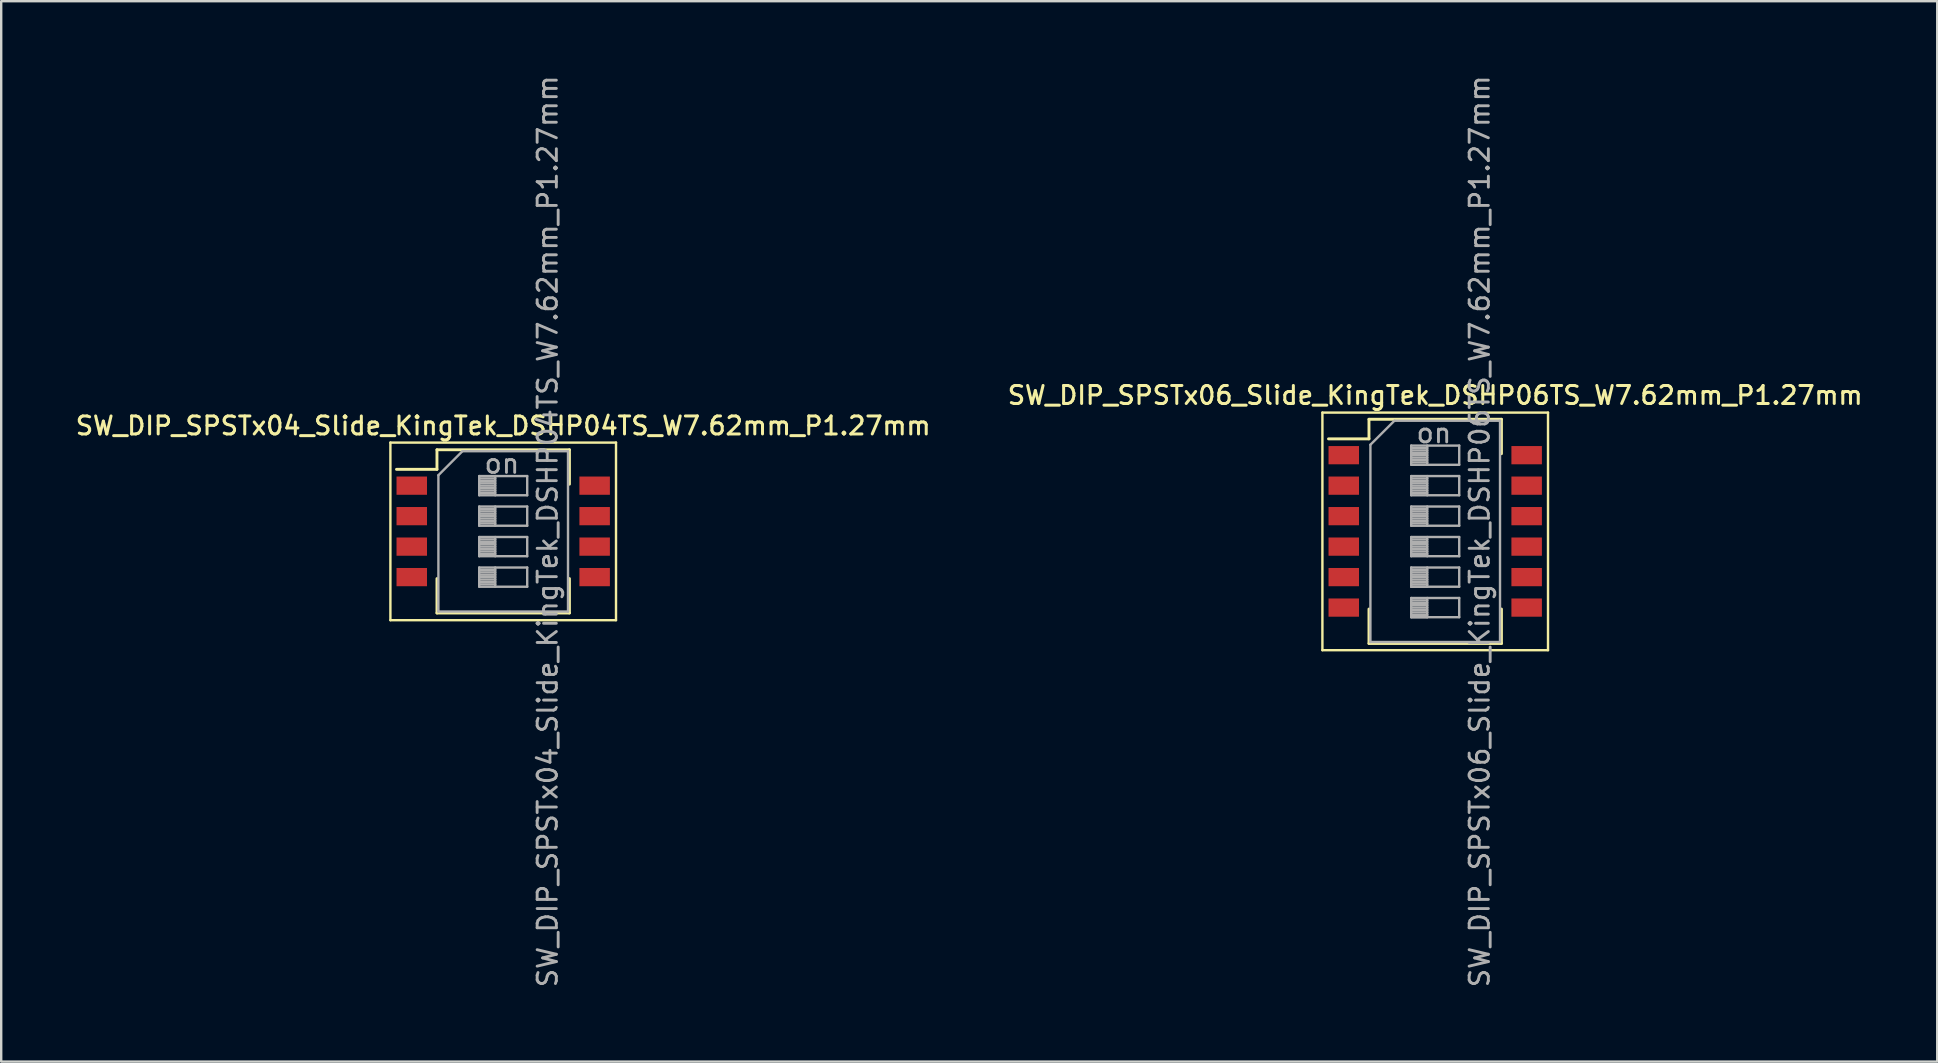
<source format=kicad_pcb>
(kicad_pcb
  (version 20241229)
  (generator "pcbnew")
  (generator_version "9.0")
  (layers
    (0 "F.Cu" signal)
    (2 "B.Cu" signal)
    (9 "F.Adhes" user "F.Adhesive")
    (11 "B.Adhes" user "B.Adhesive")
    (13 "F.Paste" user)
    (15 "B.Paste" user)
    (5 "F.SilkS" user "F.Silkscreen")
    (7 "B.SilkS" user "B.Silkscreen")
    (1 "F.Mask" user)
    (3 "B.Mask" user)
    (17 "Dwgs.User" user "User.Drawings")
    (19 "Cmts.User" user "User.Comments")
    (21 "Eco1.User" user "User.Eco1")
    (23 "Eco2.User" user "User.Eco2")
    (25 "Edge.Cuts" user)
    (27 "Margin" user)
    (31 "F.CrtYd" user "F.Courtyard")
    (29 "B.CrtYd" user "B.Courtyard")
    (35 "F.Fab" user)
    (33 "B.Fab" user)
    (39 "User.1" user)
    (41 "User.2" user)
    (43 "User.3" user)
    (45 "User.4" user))
  (footprint "SW_DIP_SPSTx04_Slide_KingTek_DSHP04TS_W7.62mm_P1.27mm"
    (layer "F.Cu")
    (at 17.916 19.09)
    (property "Reference" "SW_DIP_SPSTx04_Slide_KingTek_DSHP04TS_W7.62mm_P1.27mm" (at 0 -4.4 0) (layer "F.SilkS") (effects (font (size 0.75 0.75) (thickness 0.125))))
    (attr smd)
    (fp_line (start -4.7 -3.7) (end -4.7 3.7) (stroke (width 0.1) (type solid)) (layer "F.SilkS"))
    (fp_line (start -4.7 3.7) (end 4.7 3.7) (stroke (width 0.1) (type solid)) (layer "F.SilkS"))
    (fp_line (start -4.446 -2.585) (end -2.76 -2.585) (stroke (width 0.12) (type solid)) (layer "F.SilkS"))
    (fp_line (start -2.76 -3.401) (end -2.76 -2.585) (stroke (width 0.12) (type solid)) (layer "F.SilkS"))
    (fp_line (start -2.76 -3.401) (end 2.76 -3.401) (stroke (width 0.12) (type solid)) (layer "F.SilkS"))
    (fp_line (start -2.76 1.966) (end -2.76 3.401) (stroke (width 0.12) (type solid)) (layer "F.SilkS"))
    (fp_line (start -2.76 3.401) (end 2.76 3.401) (stroke (width 0.12) (type solid)) (layer "F.SilkS"))
    (fp_line (start 2.76 -3.401) (end 2.76 -1.966) (stroke (width 0.12) (type solid)) (layer "F.SilkS"))
    (fp_line (start 2.76 1.966) (end 2.76 3.401) (stroke (width 0.12) (type solid)) (layer "F.SilkS"))
    (fp_line (start 4.7 -3.7) (end -4.7 -3.7) (stroke (width 0.1) (type solid)) (layer "F.SilkS"))
    (fp_line (start 4.7 3.7) (end 4.7 -3.7) (stroke (width 0.1) (type solid)) (layer "F.SilkS"))
    (fp_line (start -2.7 -2.34) (end -1.7 -3.34) (stroke (width 0.1) (type solid)) (layer "F.Fab"))
    (fp_line (start -2.7 3.34) (end -2.7 -2.34) (stroke (width 0.1) (type solid)) (layer "F.Fab"))
    (fp_line (start -1.7 -3.34) (end 2.7 -3.34) (stroke (width 0.1) (type solid)) (layer "F.Fab"))
    (fp_line (start -1 -2.305) (end -1 -1.505) (stroke (width 0.1) (type solid)) (layer "F.Fab"))
    (fp_line (start -1 -2.205) (end -0.333 -2.205) (stroke (width 0.1) (type solid)) (layer "F.Fab"))
    (fp_line (start -1 -2.105) (end -0.333 -2.105) (stroke (width 0.1) (type solid)) (layer "F.Fab"))
    (fp_line (start -1 -2.005) (end -0.333 -2.005) (stroke (width 0.1) (type solid)) (layer "F.Fab"))
    (fp_line (start -1 -1.905) (end -0.333 -1.905) (stroke (width 0.1) (type solid)) (layer "F.Fab"))
    (fp_line (start -1 -1.805) (end -0.333 -1.805) (stroke (width 0.1) (type solid)) (layer "F.Fab"))
    (fp_line (start -1 -1.705) (end -0.333 -1.705) (stroke (width 0.1) (type solid)) (layer "F.Fab"))
    (fp_line (start -1 -1.605) (end -0.333 -1.605) (stroke (width 0.1) (type solid)) (layer "F.Fab"))
    (fp_line (start -1 -1.505) (end 1 -1.505) (stroke (width 0.1) (type solid)) (layer "F.Fab"))
    (fp_line (start -1 -1.035) (end -1 -0.235) (stroke (width 0.1) (type solid)) (layer "F.Fab"))
    (fp_line (start -1 -0.935) (end -0.333 -0.935) (stroke (width 0.1) (type solid)) (layer "F.Fab"))
    (fp_line (start -1 -0.835) (end -0.333 -0.835) (stroke (width 0.1) (type solid)) (layer "F.Fab"))
    (fp_line (start -1 -0.735) (end -0.333 -0.735) (stroke (width 0.1) (type solid)) (layer "F.Fab"))
    (fp_line (start -1 -0.635) (end -0.333 -0.635) (stroke (width 0.1) (type solid)) (layer "F.Fab"))
    (fp_line (start -1 -0.535) (end -0.333 -0.535) (stroke (width 0.1) (type solid)) (layer "F.Fab"))
    (fp_line (start -1 -0.435) (end -0.333 -0.435) (stroke (width 0.1) (type solid)) (layer "F.Fab"))
    (fp_line (start -1 -0.335) (end -0.333 -0.335) (stroke (width 0.1) (type solid)) (layer "F.Fab"))
    (fp_line (start -1 -0.235) (end 1 -0.235) (stroke (width 0.1) (type solid)) (layer "F.Fab"))
    (fp_line (start -1 0.235) (end -1 1.035) (stroke (width 0.1) (type solid)) (layer "F.Fab"))
    (fp_line (start -1 0.335) (end -0.333 0.335) (stroke (width 0.1) (type solid)) (layer "F.Fab"))
    (fp_line (start -1 0.435) (end -0.333 0.435) (stroke (width 0.1) (type solid)) (layer "F.Fab"))
    (fp_line (start -1 0.535) (end -0.333 0.535) (stroke (width 0.1) (type solid)) (layer "F.Fab"))
    (fp_line (start -1 0.635) (end -0.333 0.635) (stroke (width 0.1) (type solid)) (layer "F.Fab"))
    (fp_line (start -1 0.735) (end -0.333 0.735) (stroke (width 0.1) (type solid)) (layer "F.Fab"))
    (fp_line (start -1 0.835) (end -0.333 0.835) (stroke (width 0.1) (type solid)) (layer "F.Fab"))
    (fp_line (start -1 0.935) (end -0.333 0.935) (stroke (width 0.1) (type solid)) (layer "F.Fab"))
    (fp_line (start -1 1.035) (end 1 1.035) (stroke (width 0.1) (type solid)) (layer "F.Fab"))
    (fp_line (start -1 1.505) (end -1 2.305) (stroke (width 0.1) (type solid)) (layer "F.Fab"))
    (fp_line (start -1 1.605) (end -0.333 1.605) (stroke (width 0.1) (type solid)) (layer "F.Fab"))
    (fp_line (start -1 1.705) (end -0.333 1.705) (stroke (width 0.1) (type solid)) (layer "F.Fab"))
    (fp_line (start -1 1.805) (end -0.333 1.805) (stroke (width 0.1) (type solid)) (layer "F.Fab"))
    (fp_line (start -1 1.905) (end -0.333 1.905) (stroke (width 0.1) (type solid)) (layer "F.Fab"))
    (fp_line (start -1 2.005) (end -0.333 2.005) (stroke (width 0.1) (type solid)) (layer "F.Fab"))
    (fp_line (start -1 2.105) (end -0.333 2.105) (stroke (width 0.1) (type solid)) (layer "F.Fab"))
    (fp_line (start -1 2.205) (end -0.333 2.205) (stroke (width 0.1) (type solid)) (layer "F.Fab"))
    (fp_line (start -1 2.305) (end 1 2.305) (stroke (width 0.1) (type solid)) (layer "F.Fab"))
    (fp_line (start -0.333 -2.305) (end -0.333 -1.505) (stroke (width 0.1) (type solid)) (layer "F.Fab"))
    (fp_line (start -0.333 -1.035) (end -0.333 -0.235) (stroke (width 0.1) (type solid)) (layer "F.Fab"))
    (fp_line (start -0.333 0.235) (end -0.333 1.035) (stroke (width 0.1) (type solid)) (layer "F.Fab"))
    (fp_line (start -0.333 1.505) (end -0.333 2.305) (stroke (width 0.1) (type solid)) (layer "F.Fab"))
    (fp_line (start 1 -2.305) (end -1 -2.305) (stroke (width 0.1) (type solid)) (layer "F.Fab"))
    (fp_line (start 1 -1.505) (end 1 -2.305) (stroke (width 0.1) (type solid)) (layer "F.Fab"))
    (fp_line (start 1 -1.035) (end -1 -1.035) (stroke (width 0.1) (type solid)) (layer "F.Fab"))
    (fp_line (start 1 -0.235) (end 1 -1.035) (stroke (width 0.1) (type solid)) (layer "F.Fab"))
    (fp_line (start 1 0.235) (end -1 0.235) (stroke (width 0.1) (type solid)) (layer "F.Fab"))
    (fp_line (start 1 1.035) (end 1 0.235) (stroke (width 0.1) (type solid)) (layer "F.Fab"))
    (fp_line (start 1 1.505) (end -1 1.505) (stroke (width 0.1) (type solid)) (layer "F.Fab"))
    (fp_line (start 1 2.305) (end 1 1.505) (stroke (width 0.1) (type solid)) (layer "F.Fab"))
    (fp_line (start 2.7 -3.34) (end 2.7 3.34) (stroke (width 0.1) (type solid)) (layer "F.Fab"))
    (fp_line (start 2.7 3.34) (end -2.7 3.34) (stroke (width 0.1) (type solid)) (layer "F.Fab"))
    (fp_text user "on" (at -0.055 -2.822 0) (layer "F.Fab") (effects (font (size 0.8 0.8) (thickness 0.12))))
    (fp_text user "${REFERENCE}" (at 1.85 0 90) (layer "F.Fab") (effects (font (size 0.8 0.8) (thickness 0.12))))
    (pad "1" smd rect (at -3.81 -1.905) (size 1.27 0.76) (layers "F.Cu" "F.Mask" "F.Paste"))
    (pad "2" smd rect (at -3.81 -0.635) (size 1.27 0.76) (layers "F.Cu" "F.Mask" "F.Paste"))
    (pad "3" smd rect (at -3.81 0.635) (size 1.27 0.76) (layers "F.Cu" "F.Mask" "F.Paste"))
    (pad "4" smd rect (at -3.81 1.905) (size 1.27 0.76) (layers "F.Cu" "F.Mask" "F.Paste"))
    (pad "5" smd rect (at 3.81 1.905) (size 1.27 0.76) (layers "F.Cu" "F.Mask" "F.Paste"))
    (pad "6" smd rect (at 3.81 0.635) (size 1.27 0.76) (layers "F.Cu" "F.Mask" "F.Paste"))
    (pad "7" smd rect (at 3.81 -0.635) (size 1.27 0.76) (layers "F.Cu" "F.Mask" "F.Paste"))
    (pad "8" smd rect (at 3.81 -1.905) (size 1.27 0.76) (layers "F.Cu" "F.Mask" "F.Paste")))
  (footprint "SW_DIP_SPSTx06_Slide_KingTek_DSHP06TS_W7.62mm_P1.27mm"
    (layer "F.Cu")
    (at 56.748 19.09)
    (property "Reference" "SW_DIP_SPSTx06_Slide_KingTek_DSHP06TS_W7.62mm_P1.27mm" (at 0 -5.67 0) (layer "F.SilkS") (effects (font (size 0.75 0.75) (thickness 0.125))))
    (attr smd)
    (fp_line (start -4.7 -4.95) (end -4.7 4.95) (stroke (width 0.1) (type solid)) (layer "F.SilkS"))
    (fp_line (start -4.7 4.95) (end 4.7 4.95) (stroke (width 0.1) (type solid)) (layer "F.SilkS"))
    (fp_line (start -4.446 -3.855) (end -2.76 -3.855) (stroke (width 0.12) (type solid)) (layer "F.SilkS"))
    (fp_line (start -2.76 -4.671) (end -2.76 -3.855) (stroke (width 0.12) (type solid)) (layer "F.SilkS"))
    (fp_line (start -2.76 -4.671) (end 2.76 -4.671) (stroke (width 0.12) (type solid)) (layer "F.SilkS"))
    (fp_line (start -2.76 3.235) (end -2.76 4.67) (stroke (width 0.12) (type solid)) (layer "F.SilkS"))
    (fp_line (start -2.76 4.67) (end 2.76 4.67) (stroke (width 0.12) (type solid)) (layer "F.SilkS"))
    (fp_line (start 2.76 -4.671) (end 2.76 -3.236) (stroke (width 0.12) (type solid)) (layer "F.SilkS"))
    (fp_line (start 2.76 3.235) (end 2.76 4.67) (stroke (width 0.12) (type solid)) (layer "F.SilkS"))
    (fp_line (start 4.7 -4.95) (end -4.7 -4.95) (stroke (width 0.1) (type solid)) (layer "F.SilkS"))
    (fp_line (start 4.7 4.95) (end 4.7 -4.95) (stroke (width 0.1) (type solid)) (layer "F.SilkS"))
    (fp_line (start -2.7 -3.61) (end -1.7 -4.61) (stroke (width 0.1) (type solid)) (layer "F.Fab"))
    (fp_line (start -2.7 4.61) (end -2.7 -3.61) (stroke (width 0.1) (type solid)) (layer "F.Fab"))
    (fp_line (start -1.7 -4.61) (end 2.7 -4.61) (stroke (width 0.1) (type solid)) (layer "F.Fab"))
    (fp_line (start -1 -3.575) (end -1 -2.775) (stroke (width 0.1) (type solid)) (layer "F.Fab"))
    (fp_line (start -1 -3.475) (end -0.333 -3.475) (stroke (width 0.1) (type solid)) (layer "F.Fab"))
    (fp_line (start -1 -3.375) (end -0.333 -3.375) (stroke (width 0.1) (type solid)) (layer "F.Fab"))
    (fp_line (start -1 -3.275) (end -0.333 -3.275) (stroke (width 0.1) (type solid)) (layer "F.Fab"))
    (fp_line (start -1 -3.175) (end -0.333 -3.175) (stroke (width 0.1) (type solid)) (layer "F.Fab"))
    (fp_line (start -1 -3.075) (end -0.333 -3.075) (stroke (width 0.1) (type solid)) (layer "F.Fab"))
    (fp_line (start -1 -2.975) (end -0.333 -2.975) (stroke (width 0.1) (type solid)) (layer "F.Fab"))
    (fp_line (start -1 -2.875) (end -0.333 -2.875) (stroke (width 0.1) (type solid)) (layer "F.Fab"))
    (fp_line (start -1 -2.775) (end 1 -2.775) (stroke (width 0.1) (type solid)) (layer "F.Fab"))
    (fp_line (start -1 -2.305) (end -1 -1.505) (stroke (width 0.1) (type solid)) (layer "F.Fab"))
    (fp_line (start -1 -2.205) (end -0.333 -2.205) (stroke (width 0.1) (type solid)) (layer "F.Fab"))
    (fp_line (start -1 -2.105) (end -0.333 -2.105) (stroke (width 0.1) (type solid)) (layer "F.Fab"))
    (fp_line (start -1 -2.005) (end -0.333 -2.005) (stroke (width 0.1) (type solid)) (layer "F.Fab"))
    (fp_line (start -1 -1.905) (end -0.333 -1.905) (stroke (width 0.1) (type solid)) (layer "F.Fab"))
    (fp_line (start -1 -1.805) (end -0.333 -1.805) (stroke (width 0.1) (type solid)) (layer "F.Fab"))
    (fp_line (start -1 -1.705) (end -0.333 -1.705) (stroke (width 0.1) (type solid)) (layer "F.Fab"))
    (fp_line (start -1 -1.605) (end -0.333 -1.605) (stroke (width 0.1) (type solid)) (layer "F.Fab"))
    (fp_line (start -1 -1.505) (end 1 -1.505) (stroke (width 0.1) (type solid)) (layer "F.Fab"))
    (fp_line (start -1 -1.035) (end -1 -0.235) (stroke (width 0.1) (type solid)) (layer "F.Fab"))
    (fp_line (start -1 -0.935) (end -0.333 -0.935) (stroke (width 0.1) (type solid)) (layer "F.Fab"))
    (fp_line (start -1 -0.835) (end -0.333 -0.835) (stroke (width 0.1) (type solid)) (layer "F.Fab"))
    (fp_line (start -1 -0.735) (end -0.333 -0.735) (stroke (width 0.1) (type solid)) (layer "F.Fab"))
    (fp_line (start -1 -0.635) (end -0.333 -0.635) (stroke (width 0.1) (type solid)) (layer "F.Fab"))
    (fp_line (start -1 -0.535) (end -0.333 -0.535) (stroke (width 0.1) (type solid)) (layer "F.Fab"))
    (fp_line (start -1 -0.435) (end -0.333 -0.435) (stroke (width 0.1) (type solid)) (layer "F.Fab"))
    (fp_line (start -1 -0.335) (end -0.333 -0.335) (stroke (width 0.1) (type solid)) (layer "F.Fab"))
    (fp_line (start -1 -0.235) (end 1 -0.235) (stroke (width 0.1) (type solid)) (layer "F.Fab"))
    (fp_line (start -1 0.235) (end -1 1.035) (stroke (width 0.1) (type solid)) (layer "F.Fab"))
    (fp_line (start -1 0.335) (end -0.333 0.335) (stroke (width 0.1) (type solid)) (layer "F.Fab"))
    (fp_line (start -1 0.435) (end -0.333 0.435) (stroke (width 0.1) (type solid)) (layer "F.Fab"))
    (fp_line (start -1 0.535) (end -0.333 0.535) (stroke (width 0.1) (type solid)) (layer "F.Fab"))
    (fp_line (start -1 0.635) (end -0.333 0.635) (stroke (width 0.1) (type solid)) (layer "F.Fab"))
    (fp_line (start -1 0.735) (end -0.333 0.735) (stroke (width 0.1) (type solid)) (layer "F.Fab"))
    (fp_line (start -1 0.835) (end -0.333 0.835) (stroke (width 0.1) (type solid)) (layer "F.Fab"))
    (fp_line (start -1 0.935) (end -0.333 0.935) (stroke (width 0.1) (type solid)) (layer "F.Fab"))
    (fp_line (start -1 1.035) (end 1 1.035) (stroke (width 0.1) (type solid)) (layer "F.Fab"))
    (fp_line (start -1 1.505) (end -1 2.305) (stroke (width 0.1) (type solid)) (layer "F.Fab"))
    (fp_line (start -1 1.605) (end -0.333 1.605) (stroke (width 0.1) (type solid)) (layer "F.Fab"))
    (fp_line (start -1 1.705) (end -0.333 1.705) (stroke (width 0.1) (type solid)) (layer "F.Fab"))
    (fp_line (start -1 1.805) (end -0.333 1.805) (stroke (width 0.1) (type solid)) (layer "F.Fab"))
    (fp_line (start -1 1.905) (end -0.333 1.905) (stroke (width 0.1) (type solid)) (layer "F.Fab"))
    (fp_line (start -1 2.005) (end -0.333 2.005) (stroke (width 0.1) (type solid)) (layer "F.Fab"))
    (fp_line (start -1 2.105) (end -0.333 2.105) (stroke (width 0.1) (type solid)) (layer "F.Fab"))
    (fp_line (start -1 2.205) (end -0.333 2.205) (stroke (width 0.1) (type solid)) (layer "F.Fab"))
    (fp_line (start -1 2.305) (end -0.333 2.305) (stroke (width 0.1) (type solid)) (layer "F.Fab"))
    (fp_line (start -1 2.305) (end 1 2.305) (stroke (width 0.1) (type solid)) (layer "F.Fab"))
    (fp_line (start -1 2.775) (end -1 3.575) (stroke (width 0.1) (type solid)) (layer "F.Fab"))
    (fp_line (start -1 2.875) (end -0.333 2.875) (stroke (width 0.1) (type solid)) (layer "F.Fab"))
    (fp_line (start -1 2.975) (end -0.333 2.975) (stroke (width 0.1) (type solid)) (layer "F.Fab"))
    (fp_line (start -1 3.075) (end -0.333 3.075) (stroke (width 0.1) (type solid)) (layer "F.Fab"))
    (fp_line (start -1 3.175) (end -0.333 3.175) (stroke (width 0.1) (type solid)) (layer "F.Fab"))
    (fp_line (start -1 3.275) (end -0.333 3.275) (stroke (width 0.1) (type solid)) (layer "F.Fab"))
    (fp_line (start -1 3.375) (end -0.333 3.375) (stroke (width 0.1) (type solid)) (layer "F.Fab"))
    (fp_line (start -1 3.475) (end -0.333 3.475) (stroke (width 0.1) (type solid)) (layer "F.Fab"))
    (fp_line (start -1 3.575) (end -0.333 3.575) (stroke (width 0.1) (type solid)) (layer "F.Fab"))
    (fp_line (start -1 3.575) (end 1 3.575) (stroke (width 0.1) (type solid)) (layer "F.Fab"))
    (fp_line (start -0.333 -3.575) (end -0.333 -2.775) (stroke (width 0.1) (type solid)) (layer "F.Fab"))
    (fp_line (start -0.333 -2.305) (end -0.333 -1.505) (stroke (width 0.1) (type solid)) (layer "F.Fab"))
    (fp_line (start -0.333 -1.035) (end -0.333 -0.235) (stroke (width 0.1) (type solid)) (layer "F.Fab"))
    (fp_line (start -0.333 0.235) (end -0.333 1.035) (stroke (width 0.1) (type solid)) (layer "F.Fab"))
    (fp_line (start -0.333 1.505) (end -0.333 2.305) (stroke (width 0.1) (type solid)) (layer "F.Fab"))
    (fp_line (start -0.333 2.775) (end -0.333 3.575) (stroke (width 0.1) (type solid)) (layer "F.Fab"))
    (fp_line (start 1 -3.575) (end -1 -3.575) (stroke (width 0.1) (type solid)) (layer "F.Fab"))
    (fp_line (start 1 -2.775) (end 1 -3.575) (stroke (width 0.1) (type solid)) (layer "F.Fab"))
    (fp_line (start 1 -2.305) (end -1 -2.305) (stroke (width 0.1) (type solid)) (layer "F.Fab"))
    (fp_line (start 1 -1.505) (end 1 -2.305) (stroke (width 0.1) (type solid)) (layer "F.Fab"))
    (fp_line (start 1 -1.035) (end -1 -1.035) (stroke (width 0.1) (type solid)) (layer "F.Fab"))
    (fp_line (start 1 -0.235) (end 1 -1.035) (stroke (width 0.1) (type solid)) (layer "F.Fab"))
    (fp_line (start 1 0.235) (end -1 0.235) (stroke (width 0.1) (type solid)) (layer "F.Fab"))
    (fp_line (start 1 1.035) (end 1 0.235) (stroke (width 0.1) (type solid)) (layer "F.Fab"))
    (fp_line (start 1 1.505) (end -1 1.505) (stroke (width 0.1) (type solid)) (layer "F.Fab"))
    (fp_line (start 1 2.305) (end 1 1.505) (stroke (width 0.1) (type solid)) (layer "F.Fab"))
    (fp_line (start 1 2.775) (end -1 2.775) (stroke (width 0.1) (type solid)) (layer "F.Fab"))
    (fp_line (start 1 3.575) (end 1 2.775) (stroke (width 0.1) (type solid)) (layer "F.Fab"))
    (fp_line (start 2.7 -4.61) (end 2.7 4.61) (stroke (width 0.1) (type solid)) (layer "F.Fab"))
    (fp_line (start 2.7 4.61) (end -2.7 4.61) (stroke (width 0.1) (type solid)) (layer "F.Fab"))
    (fp_text user "on" (at -0.055 -4.093 0) (layer "F.Fab") (effects (font (size 0.8 0.8) (thickness 0.12))))
    (fp_text user "${REFERENCE}" (at 1.85 0 90) (layer "F.Fab") (effects (font (size 0.8 0.8) (thickness 0.12))))
    (pad "1" smd rect (at -3.81 -3.175) (size 1.27 0.76) (layers "F.Cu" "F.Mask" "F.Paste"))
    (pad "2" smd rect (at -3.81 -1.905) (size 1.27 0.76) (layers "F.Cu" "F.Mask" "F.Paste"))
    (pad "3" smd rect (at -3.81 -0.635) (size 1.27 0.76) (layers "F.Cu" "F.Mask" "F.Paste"))
    (pad "4" smd rect (at -3.81 0.635) (size 1.27 0.76) (layers "F.Cu" "F.Mask" "F.Paste"))
    (pad "5" smd rect (at -3.81 1.905) (size 1.27 0.76) (layers "F.Cu" "F.Mask" "F.Paste"))
    (pad "6" smd rect (at -3.81 3.175) (size 1.27 0.76) (layers "F.Cu" "F.Mask" "F.Paste"))
    (pad "7" smd rect (at 3.81 3.175) (size 1.27 0.76) (layers "F.Cu" "F.Mask" "F.Paste"))
    (pad "8" smd rect (at 3.81 1.905) (size 1.27 0.76) (layers "F.Cu" "F.Mask" "F.Paste"))
    (pad "9" smd rect (at 3.81 0.635) (size 1.27 0.76) (layers "F.Cu" "F.Mask" "F.Paste"))
    (pad "10" smd rect (at 3.81 -0.635) (size 1.27 0.76) (layers "F.Cu" "F.Mask" "F.Paste"))
    (pad "11" smd rect (at 3.81 -1.905) (size 1.27 0.76) (layers "F.Cu" "F.Mask" "F.Paste"))
    (pad "12" smd rect (at 3.81 -3.175) (size 1.27 0.76) (layers "F.Cu" "F.Mask" "F.Paste")))
  (gr_rect
    (start -3 -3)
    (end 77.664 41.181)
    (stroke (width 0.1) (type default))
    (fill no)
    (layer "Edge.Cuts")))
</source>
